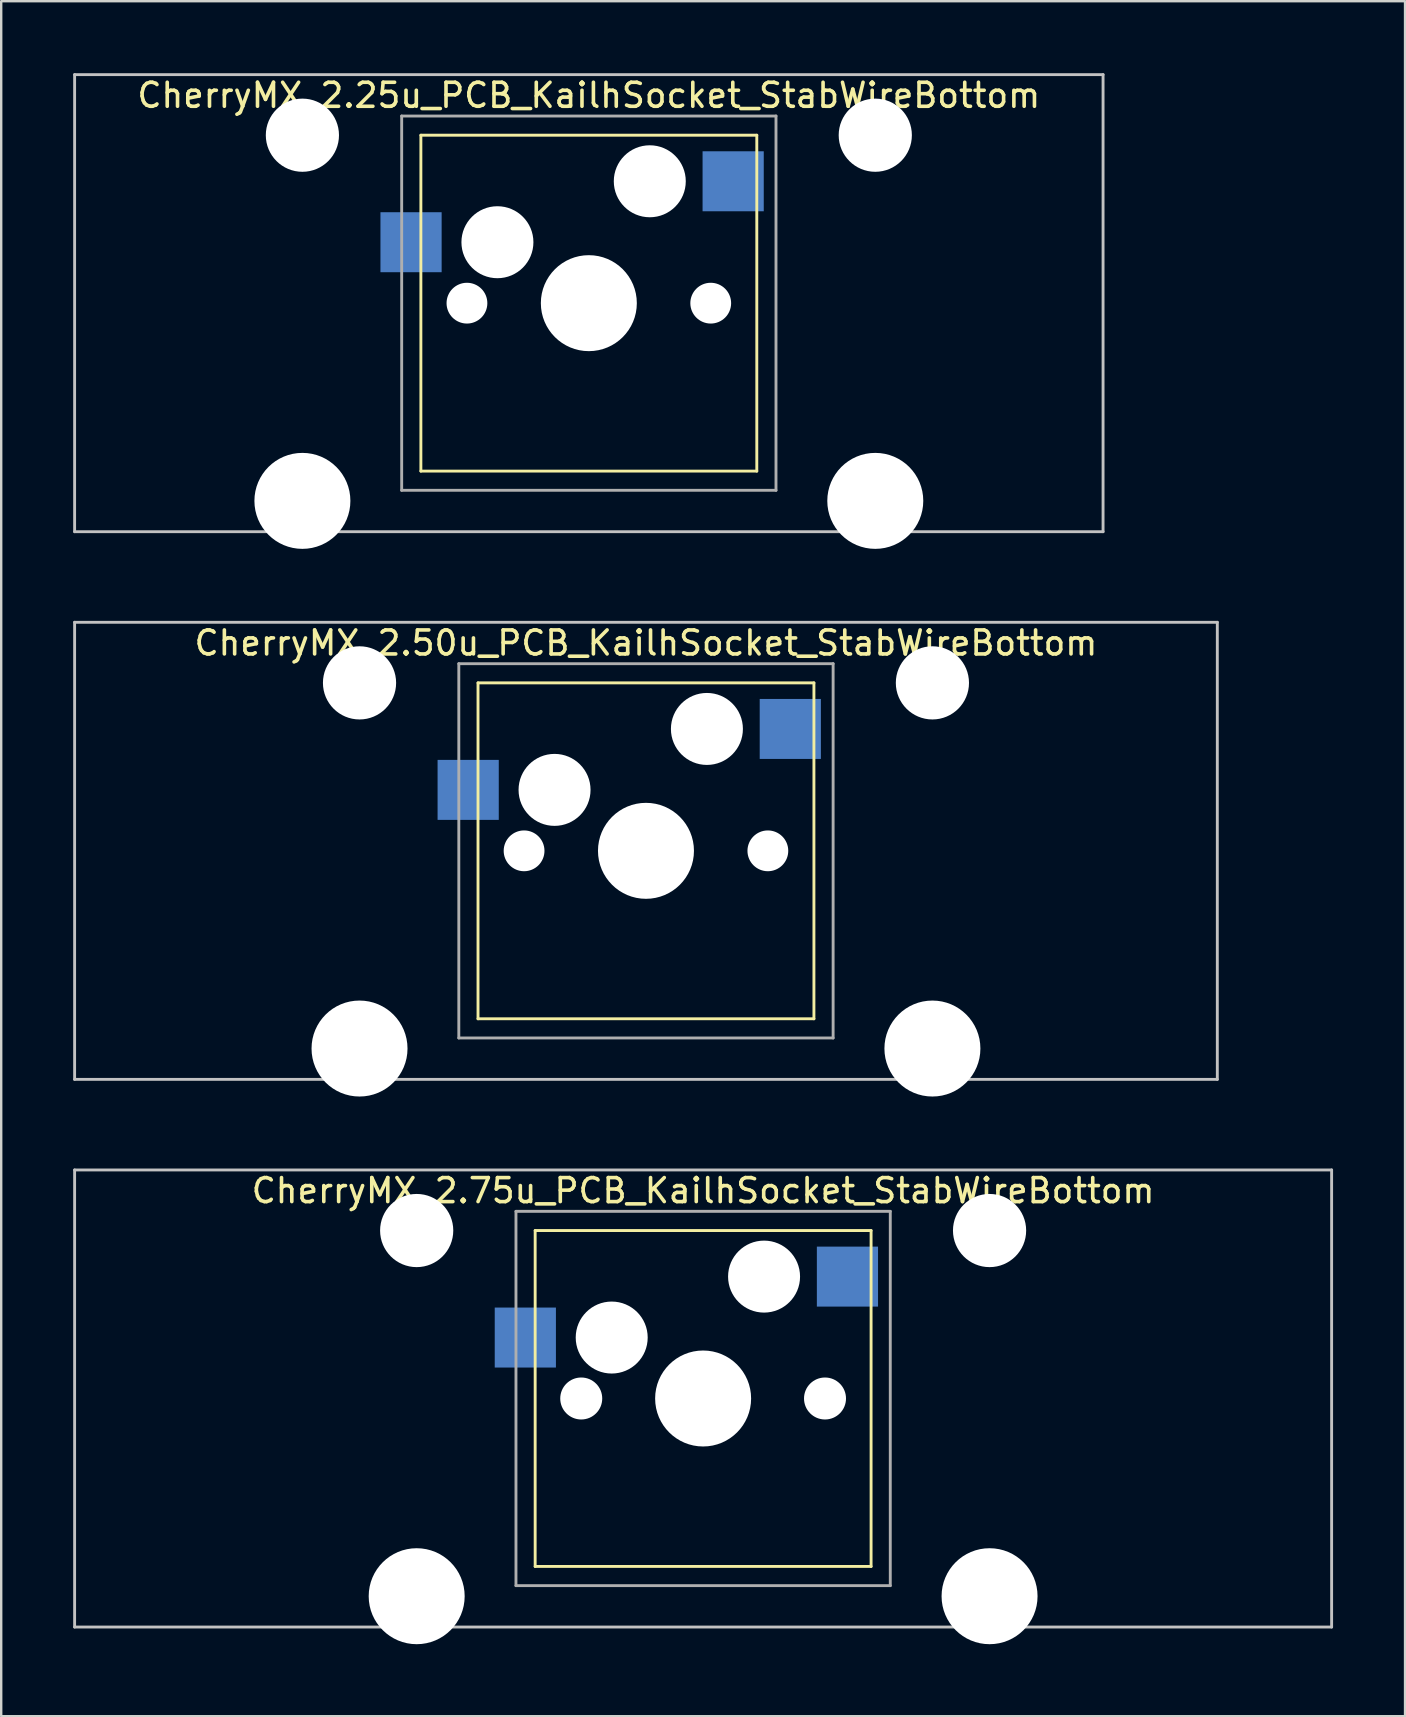
<source format=kicad_pcb>
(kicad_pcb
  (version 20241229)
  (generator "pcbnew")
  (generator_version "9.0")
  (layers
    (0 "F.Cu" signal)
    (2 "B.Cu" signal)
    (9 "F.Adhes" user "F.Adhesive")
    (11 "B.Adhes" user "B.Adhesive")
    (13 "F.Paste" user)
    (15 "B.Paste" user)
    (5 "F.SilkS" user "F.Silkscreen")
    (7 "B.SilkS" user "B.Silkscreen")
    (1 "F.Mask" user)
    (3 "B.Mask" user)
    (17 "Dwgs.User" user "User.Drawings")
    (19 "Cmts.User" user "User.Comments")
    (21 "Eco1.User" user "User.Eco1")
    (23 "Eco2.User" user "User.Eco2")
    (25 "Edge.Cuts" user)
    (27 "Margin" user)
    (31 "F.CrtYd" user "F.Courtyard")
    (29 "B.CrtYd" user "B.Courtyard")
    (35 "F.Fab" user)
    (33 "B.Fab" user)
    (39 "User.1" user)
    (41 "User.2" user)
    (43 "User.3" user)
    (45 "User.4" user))
  (footprint "CherryMX_2.75u_PCB_KailhSocket_StabWireBottom"
    (layer "F.Cu")
    (at 26.254 55.235)
    (property "Reference" "CherryMX_2.75u_PCB_KailhSocket_StabWireBottom" (at 0 -8.662 0) (layer "F.SilkS") (effects (font (size 1 1) (thickness 0.15))))
    (attr through_hole)
    (fp_line (start -7 -7) (end -7 7) (stroke (width 0.12) (type solid)) (layer "F.SilkS"))
    (fp_line (start -7 -7) (end 7 -7) (stroke (width 0.12) (type solid)) (layer "F.SilkS"))
    (fp_line (start 7 -7) (end 7 7) (stroke (width 0.12) (type solid)) (layer "F.SilkS"))
    (fp_line (start 7 7) (end -7 7) (stroke (width 0.12) (type solid)) (layer "F.SilkS"))
    (fp_line (start -26.194 -9.525) (end 26.194 -9.525) (stroke (width 0.12) (type solid)) (layer "Dwgs.User"))
    (fp_line (start -26.194 9.525) (end -26.194 -9.525) (stroke (width 0.12) (type solid)) (layer "Dwgs.User"))
    (fp_line (start 26.194 -9.525) (end 26.194 9.525) (stroke (width 0.12) (type solid)) (layer "Dwgs.User"))
    (fp_line (start 26.194 9.525) (end -26.194 9.525) (stroke (width 0.12) (type solid)) (layer "Dwgs.User"))
    (fp_line (start -7.8 -7.8) (end -7.8 7.8) (stroke (width 0.12) (type solid)) (layer "F.Fab"))
    (fp_line (start -7.8 -7.8) (end 7.8 -7.8) (stroke (width 0.12) (type solid)) (layer "F.Fab"))
    (fp_line (start -7.8 7.8) (end 7.8 7.8) (stroke (width 0.12) (type solid)) (layer "F.Fab"))
    (fp_line (start 7.8 -7.8) (end 7.8 7.8) (stroke (width 0.12) (type solid)) (layer "F.Fab"))
    (pad "" np_thru_hole circle (at -11.938 -7) (size 3.05 3.05) (drill 3.05) (layers "*.Cu" "*.Mask"))
    (pad "" np_thru_hole circle (at -11.938 8.24) (size 4 4) (drill 4) (layers "*.Cu" "*.Mask"))
    (pad "" np_thru_hole circle (at -5.08 0) (size 1.75 1.75) (drill 1.75) (layers "*.Cu" "*.Mask"))
    (pad "" np_thru_hole circle (at -3.81 -2.54) (size 3 3) (drill 3) (layers "*.Cu" "*.Mask"))
    (pad "" np_thru_hole circle (at 0 0) (size 4 4) (drill 4) (layers "*.Cu" "*.Mask"))
    (pad "" np_thru_hole circle (at 2.54 -5.08) (size 3 3) (drill 3) (layers "*.Cu" "*.Mask"))
    (pad "" np_thru_hole circle (at 5.08 0) (size 1.75 1.75) (drill 1.75) (layers "*.Cu" "*.Mask"))
    (pad "" np_thru_hole circle (at 11.938 -7) (size 3.05 3.05) (drill 3.05) (layers "*.Cu" "*.Mask"))
    (pad "" np_thru_hole circle (at 11.938 8.24) (size 4 4) (drill 4) (layers "*.Cu" "*.Mask"))
    (pad "1" smd rect (at -7.41 -2.54) (size 2.55 2.5) (layers "B.Cu" "B.Mask" "B.Paste"))
    (pad "2" smd rect (at 6.015 -5.08) (size 2.55 2.5) (layers "B.Cu" "B.Mask" "B.Paste")))
  (footprint "CherryMX_2.25u_PCB_KailhSocket_StabWireBottom"
    (layer "F.Cu")
    (at 21.491 9.585)
    (property "Reference" "CherryMX_2.25u_PCB_KailhSocket_StabWireBottom" (at 0 -8.662 0) (layer "F.SilkS") (effects (font (size 1 1) (thickness 0.15))))
    (attr through_hole)
    (fp_line (start -7 -7) (end -7 7) (stroke (width 0.12) (type solid)) (layer "F.SilkS"))
    (fp_line (start -7 -7) (end 7 -7) (stroke (width 0.12) (type solid)) (layer "F.SilkS"))
    (fp_line (start 7 -7) (end 7 7) (stroke (width 0.12) (type solid)) (layer "F.SilkS"))
    (fp_line (start 7 7) (end -7 7) (stroke (width 0.12) (type solid)) (layer "F.SilkS"))
    (fp_line (start -21.431 -9.525) (end 21.431 -9.525) (stroke (width 0.12) (type solid)) (layer "Dwgs.User"))
    (fp_line (start -21.431 9.525) (end -21.431 -9.525) (stroke (width 0.12) (type solid)) (layer "Dwgs.User"))
    (fp_line (start 21.431 -9.525) (end 21.431 9.525) (stroke (width 0.12) (type solid)) (layer "Dwgs.User"))
    (fp_line (start 21.431 9.525) (end -21.431 9.525) (stroke (width 0.12) (type solid)) (layer "Dwgs.User"))
    (fp_line (start -7.8 -7.8) (end -7.8 7.8) (stroke (width 0.12) (type solid)) (layer "F.Fab"))
    (fp_line (start -7.8 -7.8) (end 7.8 -7.8) (stroke (width 0.12) (type solid)) (layer "F.Fab"))
    (fp_line (start -7.8 7.8) (end 7.8 7.8) (stroke (width 0.12) (type solid)) (layer "F.Fab"))
    (fp_line (start 7.8 -7.8) (end 7.8 7.8) (stroke (width 0.12) (type solid)) (layer "F.Fab"))
    (pad "" np_thru_hole circle (at -11.938 -7) (size 3.05 3.05) (drill 3.05) (layers "*.Cu" "*.Mask"))
    (pad "" np_thru_hole circle (at -11.938 8.24) (size 4 4) (drill 4) (layers "*.Cu" "*.Mask"))
    (pad "" np_thru_hole circle (at -5.08 0) (size 1.7 1.7) (drill 1.7) (layers "*.Cu" "*.Mask"))
    (pad "" np_thru_hole circle (at -3.81 -2.54) (size 3 3) (drill 3) (layers "*.Cu" "*.Mask"))
    (pad "" np_thru_hole circle (at 0 0) (size 4 4) (drill 4) (layers "*.Cu" "*.Mask"))
    (pad "" np_thru_hole circle (at 2.54 -5.08) (size 3 3) (drill 3) (layers "*.Cu" "*.Mask"))
    (pad "" np_thru_hole circle (at 5.08 0) (size 1.7 1.7) (drill 1.7) (layers "*.Cu" "*.Mask"))
    (pad "" np_thru_hole circle (at 11.938 -7) (size 3.05 3.05) (drill 3.05) (layers "*.Cu" "*.Mask"))
    (pad "" np_thru_hole circle (at 11.938 8.24) (size 4 4) (drill 4) (layers "*.Cu" "*.Mask"))
    (pad "1" smd rect (at -7.41 -2.54) (size 2.55 2.5) (layers "B.Cu" "B.Mask" "B.Paste"))
    (pad "2" smd rect (at 6.015 -5.08) (size 2.55 2.5) (layers "B.Cu" "B.Mask" "B.Paste")))
  (footprint "CherryMX_2.50u_PCB_KailhSocket_StabWireBottom"
    (layer "F.Cu")
    (at 23.872 32.41)
    (property "Reference" "CherryMX_2.50u_PCB_KailhSocket_StabWireBottom" (at 0 -8.662 0) (layer "F.SilkS") (effects (font (size 1 1) (thickness 0.15))))
    (attr through_hole)
    (fp_line (start -7 -7) (end -7 7) (stroke (width 0.12) (type solid)) (layer "F.SilkS"))
    (fp_line (start -7 -7) (end 7 -7) (stroke (width 0.12) (type solid)) (layer "F.SilkS"))
    (fp_line (start 7 -7) (end 7 7) (stroke (width 0.12) (type solid)) (layer "F.SilkS"))
    (fp_line (start 7 7) (end -7 7) (stroke (width 0.12) (type solid)) (layer "F.SilkS"))
    (fp_line (start -23.812 -9.525) (end 23.812 -9.525) (stroke (width 0.12) (type solid)) (layer "Dwgs.User"))
    (fp_line (start -23.812 9.525) (end -23.812 -9.525) (stroke (width 0.12) (type solid)) (layer "Dwgs.User"))
    (fp_line (start 23.812 -9.525) (end 23.812 9.525) (stroke (width 0.12) (type solid)) (layer "Dwgs.User"))
    (fp_line (start 23.812 9.525) (end -23.812 9.525) (stroke (width 0.12) (type solid)) (layer "Dwgs.User"))
    (fp_line (start -7.8 -7.8) (end -7.8 7.8) (stroke (width 0.12) (type solid)) (layer "F.Fab"))
    (fp_line (start -7.8 -7.8) (end 7.8 -7.8) (stroke (width 0.12) (type solid)) (layer "F.Fab"))
    (fp_line (start -7.8 7.8) (end 7.8 7.8) (stroke (width 0.12) (type solid)) (layer "F.Fab"))
    (fp_line (start 7.8 -7.8) (end 7.8 7.8) (stroke (width 0.12) (type solid)) (layer "F.Fab"))
    (pad "" np_thru_hole circle (at -11.938 -7) (size 3.05 3.05) (drill 3.05) (layers "*.Cu" "*.Mask"))
    (pad "" np_thru_hole circle (at -11.938 8.24) (size 4 4) (drill 4) (layers "*.Cu" "*.Mask"))
    (pad "" np_thru_hole circle (at -5.08 0) (size 1.7 1.7) (drill 1.7) (layers "*.Cu" "*.Mask"))
    (pad "" np_thru_hole circle (at -3.81 -2.54) (size 3 3) (drill 3) (layers "*.Cu" "*.Mask"))
    (pad "" np_thru_hole circle (at 0 0) (size 4 4) (drill 4) (layers "*.Cu" "*.Mask"))
    (pad "" np_thru_hole circle (at 2.54 -5.08) (size 3 3) (drill 3) (layers "*.Cu" "*.Mask"))
    (pad "" np_thru_hole circle (at 5.08 0) (size 1.7 1.7) (drill 1.7) (layers "*.Cu" "*.Mask"))
    (pad "" np_thru_hole circle (at 11.938 -7) (size 3.05 3.05) (drill 3.05) (layers "*.Cu" "*.Mask"))
    (pad "" np_thru_hole circle (at 11.938 8.24) (size 4 4) (drill 4) (layers "*.Cu" "*.Mask"))
    (pad "1" smd rect (at -7.41 -2.54) (size 2.55 2.5) (layers "B.Cu" "B.Mask" "B.Paste"))
    (pad "2" smd rect (at 6.015 -5.08) (size 2.55 2.5) (layers "B.Cu" "B.Mask" "B.Paste")))
  (gr_rect
    (start -3 -3)
    (end 55.508 68.475)
    (stroke (width 0.1) (type default))
    (fill no)
    (layer "Edge.Cuts")))
</source>
